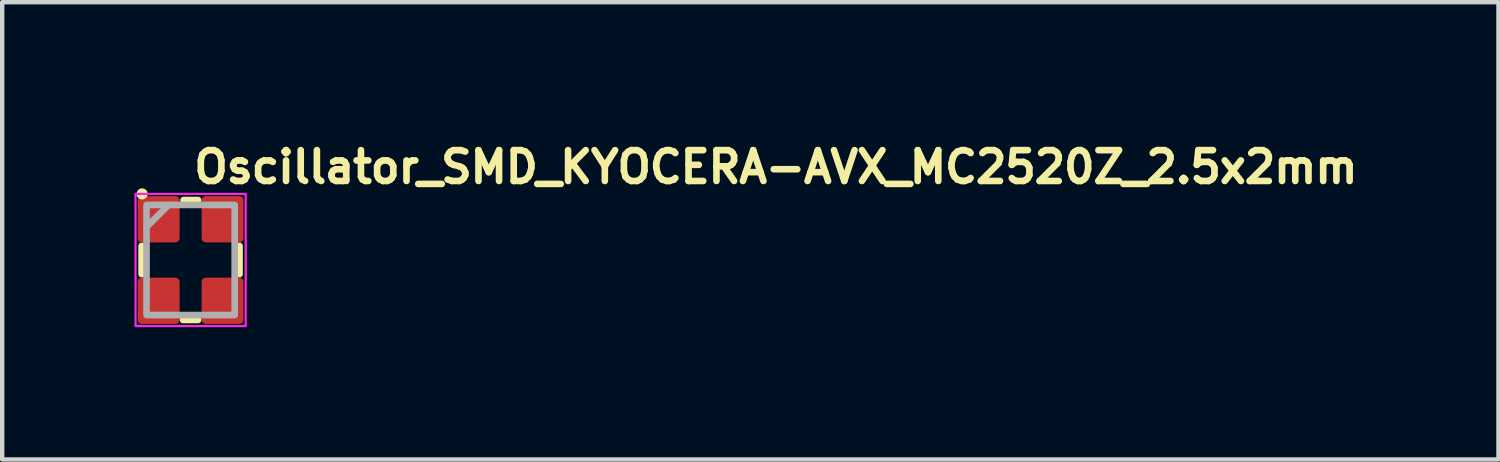
<source format=kicad_pcb>
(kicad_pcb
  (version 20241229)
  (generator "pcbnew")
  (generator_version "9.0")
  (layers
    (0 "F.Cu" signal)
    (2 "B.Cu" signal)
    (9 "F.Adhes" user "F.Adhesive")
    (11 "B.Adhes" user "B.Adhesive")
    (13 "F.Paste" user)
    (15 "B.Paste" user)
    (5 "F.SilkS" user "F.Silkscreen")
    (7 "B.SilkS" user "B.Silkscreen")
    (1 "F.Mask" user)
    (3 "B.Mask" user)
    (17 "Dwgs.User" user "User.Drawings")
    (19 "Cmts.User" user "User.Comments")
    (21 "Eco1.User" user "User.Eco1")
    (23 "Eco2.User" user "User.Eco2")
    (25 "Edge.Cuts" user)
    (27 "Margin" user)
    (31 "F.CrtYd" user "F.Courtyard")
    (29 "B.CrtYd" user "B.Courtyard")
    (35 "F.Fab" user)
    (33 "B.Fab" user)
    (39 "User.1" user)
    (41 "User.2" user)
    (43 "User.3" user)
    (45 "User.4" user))
  (footprint "Oscillator_SMD_KYOCERA-AVX_MC2520Z_2.5x2mm"
    (layer "F.Cu")
    (at 1.275 2.85)
    (property "Reference" "Oscillator_SMD_KYOCERA-AVX_MC2520Z_2.5x2mm" (at 0 -1.7 0) (layer "F.SilkS") (effects (font (size 0.7 0.7) (thickness 0.15)) (justify left bottom)))
    (attr smd)
    (fp_line (start -1.111 0.32) (end -1.111 -0.32) (stroke (width 0.15) (type solid)) (layer "F.SilkS"))
    (fp_line (start -0.172 1.36) (end 0.17 1.36) (stroke (width 0.15) (type solid)) (layer "F.SilkS"))
    (fp_line (start -0.16 -1.361) (end 0.17 -1.361) (stroke (width 0.15) (type solid)) (layer "F.SilkS"))
    (fp_line (start 1.11 0.32) (end 1.11 -0.32) (stroke (width 0.15) (type solid)) (layer "F.SilkS"))
    (fp_circle (center -1.1 -1.5) (end -1.049 -1.5) (stroke (width 0.15) (type solid)) (fill yes) (layer "F.SilkS"))
    (fp_rect (start -1.25 -1.5) (end 1.25 1.5) (stroke (width 0.05) (type solid)) (fill no) (layer "F.CrtYd"))
    (fp_line (start -1 -0.75) (end -0.5 -1.25) (stroke (width 0.15) (type solid)) (layer "F.Fab"))
    (fp_rect (start 1 1.249) (end -1 -1.25) (stroke (width 0.15) (type solid)) (fill no) (layer "F.Fab"))
    (fp_rect (start -1 -1.25) (end 0.998 1.249) (stroke (width 0.1) (type solid)) (fill no) (layer "User.5"))
    (fp_line (start -1 -1.151) (end -1 -0.202) (stroke (width 0.02) (type solid)) (layer "User.9"))
    (fp_line (start -1 -1.151) (end -0.996 -1.151) (stroke (width 0.02) (type solid)) (layer "User.9"))
    (fp_line (start -1 0.2) (end -1 1.148) (stroke (width 0.02) (type solid)) (layer "User.9"))
    (fp_line (start -1 0.2) (end -0.951 0.2) (stroke (width 0.02) (type solid)) (layer "User.9"))
    (fp_line (start -0.996 -1.151) (end -0.991 -1.151) (stroke (width 0.02) (type solid)) (layer "User.9"))
    (fp_line (start -0.996 1.15) (end -1 1.148) (stroke (width 0.02) (type solid)) (layer "User.9"))
    (fp_line (start -0.991 -1.151) (end -0.986 -1.153) (stroke (width 0.02) (type solid)) (layer "User.9"))
    (fp_line (start -0.991 1.15) (end -0.996 1.15) (stroke (width 0.02) (type solid)) (layer "User.9"))
    (fp_line (start -0.986 -1.153) (end -0.981 -1.153) (stroke (width 0.02) (type solid)) (layer "User.9"))
    (fp_line (start -0.986 1.15) (end -0.991 1.15) (stroke (width 0.02) (type solid)) (layer "User.9"))
    (fp_line (start -0.981 -1.153) (end -0.976 -1.154) (stroke (width 0.02) (type solid)) (layer "User.9"))
    (fp_line (start -0.981 1.15) (end -0.986 1.15) (stroke (width 0.02) (type solid)) (layer "User.9"))
    (fp_line (start -0.976 -1.154) (end -0.971 -1.156) (stroke (width 0.02) (type solid)) (layer "User.9"))
    (fp_line (start -0.976 1.153) (end -0.981 1.15) (stroke (width 0.02) (type solid)) (layer "User.9"))
    (fp_line (start -0.971 -1.156) (end -0.967 -1.156) (stroke (width 0.02) (type solid)) (layer "User.9"))
    (fp_line (start -0.971 1.153) (end -0.976 1.153) (stroke (width 0.02) (type solid)) (layer "User.9"))
    (fp_line (start -0.967 -1.156) (end -0.962 -1.158) (stroke (width 0.02) (type solid)) (layer "User.9"))
    (fp_line (start -0.967 1.155) (end -0.971 1.153) (stroke (width 0.02) (type solid)) (layer "User.9"))
    (fp_line (start -0.962 -1.158) (end -0.959 -1.16) (stroke (width 0.02) (type solid)) (layer "User.9"))
    (fp_line (start -0.962 1.157) (end -0.967 1.155) (stroke (width 0.02) (type solid)) (layer "User.9"))
    (fp_line (start -0.959 -1.16) (end -0.954 -1.162) (stroke (width 0.02) (type solid)) (layer "User.9"))
    (fp_line (start -0.959 1.159) (end -0.962 1.157) (stroke (width 0.02) (type solid)) (layer "User.9"))
    (fp_line (start -0.954 -1.162) (end -0.95 -1.166) (stroke (width 0.02) (type solid)) (layer "User.9"))
    (fp_line (start -0.954 1.161) (end -0.959 1.159) (stroke (width 0.02) (type solid)) (layer "User.9"))
    (fp_line (start -0.951 -1.065) (end -0.95 -1.073) (stroke (width 0.02) (type solid)) (layer "User.9"))
    (fp_line (start -0.951 -1.059) (end -0.951 -1.065) (stroke (width 0.02) (type solid)) (layer "User.9"))
    (fp_line (start -0.951 -1.051) (end -0.951 -1.059) (stroke (width 0.02) (type solid)) (layer "User.9"))
    (fp_line (start -0.951 -0.202) (end -1 -0.202) (stroke (width 0.02) (type solid)) (layer "User.9"))
    (fp_line (start -0.951 1.05) (end -0.951 -1.051) (stroke (width 0.02) (type solid)) (layer "User.9"))
    (fp_line (start -0.951 1.056) (end -0.951 1.05) (stroke (width 0.02) (type solid)) (layer "User.9"))
    (fp_line (start -0.951 1.064) (end -0.951 1.056) (stroke (width 0.02) (type solid)) (layer "User.9"))
    (fp_line (start -0.95 -1.166) (end -0.946 -1.168) (stroke (width 0.02) (type solid)) (layer "User.9"))
    (fp_line (start -0.95 -1.073) (end -0.949 -1.081) (stroke (width 0.02) (type solid)) (layer "User.9"))
    (fp_line (start -0.95 1.072) (end -0.951 1.064) (stroke (width 0.02) (type solid)) (layer "User.9"))
    (fp_line (start -0.95 1.163) (end -0.954 1.161) (stroke (width 0.02) (type solid)) (layer "User.9"))
    (fp_line (start -0.949 -1.081) (end -0.947 -1.087) (stroke (width 0.02) (type solid)) (layer "User.9"))
    (fp_line (start -0.949 1.078) (end -0.95 1.072) (stroke (width 0.02) (type solid)) (layer "User.9"))
    (fp_line (start -0.947 -1.087) (end -0.945 -1.095) (stroke (width 0.02) (type solid)) (layer "User.9"))
    (fp_line (start -0.947 1.086) (end -0.949 1.078) (stroke (width 0.02) (type solid)) (layer "User.9"))
    (fp_line (start -0.946 -1.168) (end -0.942 -1.17) (stroke (width 0.02) (type solid)) (layer "User.9"))
    (fp_line (start -0.946 1.165) (end -0.95 1.163) (stroke (width 0.02) (type solid)) (layer "User.9"))
    (fp_line (start -0.945 -1.095) (end -0.943 -1.101) (stroke (width 0.02) (type solid)) (layer "User.9"))
    (fp_line (start -0.945 1.092) (end -0.947 1.086) (stroke (width 0.02) (type solid)) (layer "User.9"))
    (fp_line (start -0.943 -1.101) (end -0.94 -1.109) (stroke (width 0.02) (type solid)) (layer "User.9"))
    (fp_line (start -0.943 1.1) (end -0.945 1.092) (stroke (width 0.02) (type solid)) (layer "User.9"))
    (fp_line (start -0.942 -1.17) (end -0.938 -1.174) (stroke (width 0.02) (type solid)) (layer "User.9"))
    (fp_line (start -0.942 1.169) (end -0.946 1.165) (stroke (width 0.02) (type solid)) (layer "User.9"))
    (fp_line (start -0.94 -1.109) (end -0.937 -1.115) (stroke (width 0.02) (type solid)) (layer "User.9"))
    (fp_line (start -0.94 1.106) (end -0.943 1.1) (stroke (width 0.02) (type solid)) (layer "User.9"))
    (fp_line (start -0.938 -1.174) (end -0.934 -1.176) (stroke (width 0.02) (type solid)) (layer "User.9"))
    (fp_line (start -0.938 1.171) (end -0.942 1.169) (stroke (width 0.02) (type solid)) (layer "User.9"))
    (fp_line (start -0.937 -1.115) (end -0.934 -1.121) (stroke (width 0.02) (type solid)) (layer "User.9"))
    (fp_line (start -0.937 1.114) (end -0.94 1.106) (stroke (width 0.02) (type solid)) (layer "User.9"))
    (fp_line (start -0.934 -1.176) (end -0.931 -1.18) (stroke (width 0.02) (type solid)) (layer "User.9"))
    (fp_line (start -0.934 -1.121) (end -0.93 -1.129) (stroke (width 0.02) (type solid)) (layer "User.9"))
    (fp_line (start -0.934 1.12) (end -0.937 1.114) (stroke (width 0.02) (type solid)) (layer "User.9"))
    (fp_line (start -0.934 1.175) (end -0.938 1.171) (stroke (width 0.02) (type solid)) (layer "User.9"))
    (fp_line (start -0.931 -1.18) (end -0.931 -1.18) (stroke (width 0.02) (type solid)) (layer "User.9"))
    (fp_line (start -0.931 -1.18) (end -0.927 -1.184) (stroke (width 0.02) (type solid)) (layer "User.9"))
    (fp_line (start -0.931 1.179) (end -0.934 1.175) (stroke (width 0.02) (type solid)) (layer "User.9"))
    (fp_line (start -0.931 1.179) (end -0.931 1.179) (stroke (width 0.02) (type solid)) (layer "User.9"))
    (fp_line (start -0.93 -1.129) (end -0.926 -1.135) (stroke (width 0.02) (type solid)) (layer "User.9"))
    (fp_line (start -0.93 1.126) (end -0.934 1.12) (stroke (width 0.02) (type solid)) (layer "User.9"))
    (fp_line (start -0.927 -1.184) (end -0.924 -1.188) (stroke (width 0.02) (type solid)) (layer "User.9"))
    (fp_line (start -0.927 1.181) (end -0.931 1.179) (stroke (width 0.02) (type solid)) (layer "User.9"))
    (fp_line (start -0.926 -1.135) (end -0.922 -1.141) (stroke (width 0.02) (type solid)) (layer "User.9"))
    (fp_line (start -0.926 1.132) (end -0.93 1.126) (stroke (width 0.02) (type solid)) (layer "User.9"))
    (fp_line (start -0.924 -1.188) (end -0.921 -1.192) (stroke (width 0.02) (type solid)) (layer "User.9"))
    (fp_line (start -0.924 1.185) (end -0.927 1.181) (stroke (width 0.02) (type solid)) (layer "User.9"))
    (fp_line (start -0.922 -1.141) (end -0.918 -1.147) (stroke (width 0.02) (type solid)) (layer "User.9"))
    (fp_line (start -0.922 1.138) (end -0.926 1.132) (stroke (width 0.02) (type solid)) (layer "User.9"))
    (fp_line (start -0.921 -1.192) (end -0.918 -1.196) (stroke (width 0.02) (type solid)) (layer "User.9"))
    (fp_line (start -0.921 1.189) (end -0.924 1.185) (stroke (width 0.02) (type solid)) (layer "User.9"))
    (fp_line (start -0.918 -1.196) (end -0.916 -1.2) (stroke (width 0.02) (type solid)) (layer "User.9"))
    (fp_line (start -0.918 -1.147) (end -0.913 -1.151) (stroke (width 0.02) (type solid)) (layer "User.9"))
    (fp_line (start -0.918 1.144) (end -0.922 1.138) (stroke (width 0.02) (type solid)) (layer "User.9"))
    (fp_line (start -0.918 1.193) (end -0.921 1.189) (stroke (width 0.02) (type solid)) (layer "User.9"))
    (fp_line (start -0.916 -1.2) (end -0.913 -1.204) (stroke (width 0.02) (type solid)) (layer "User.9"))
    (fp_line (start -0.916 1.197) (end -0.918 1.193) (stroke (width 0.02) (type solid)) (layer "User.9"))
    (fp_line (start -0.913 -1.204) (end -0.911 -1.208) (stroke (width 0.02) (type solid)) (layer "User.9"))
    (fp_line (start -0.913 -1.151) (end -0.908 -1.158) (stroke (width 0.02) (type solid)) (layer "User.9"))
    (fp_line (start -0.913 1.15) (end -0.918 1.144) (stroke (width 0.02) (type solid)) (layer "User.9"))
    (fp_line (start -0.913 1.201) (end -0.916 1.197) (stroke (width 0.02) (type solid)) (layer "User.9"))
    (fp_line (start -0.911 -1.208) (end -0.909 -1.212) (stroke (width 0.02) (type solid)) (layer "User.9"))
    (fp_line (start -0.911 1.207) (end -0.913 1.201) (stroke (width 0.02) (type solid)) (layer "User.9"))
    (fp_line (start -0.909 -1.212) (end -0.907 -1.218) (stroke (width 0.02) (type solid)) (layer "User.9"))
    (fp_line (start -0.909 1.211) (end -0.911 1.207) (stroke (width 0.02) (type solid)) (layer "User.9"))
    (fp_line (start -0.908 -1.158) (end -0.908 -1.158) (stroke (width 0.02) (type solid)) (layer "User.9"))
    (fp_line (start -0.908 -1.158) (end -0.902 -1.162) (stroke (width 0.02) (type solid)) (layer "User.9"))
    (fp_line (start -0.908 1.155) (end -0.913 1.15) (stroke (width 0.02) (type solid)) (layer "User.9"))
    (fp_line (start -0.908 1.155) (end -0.908 1.155) (stroke (width 0.02) (type solid)) (layer "User.9"))
    (fp_line (start -0.907 -1.218) (end -0.906 -1.222) (stroke (width 0.02) (type solid)) (layer "User.9"))
    (fp_line (start -0.907 1.215) (end -0.909 1.211) (stroke (width 0.02) (type solid)) (layer "User.9"))
    (fp_line (start -0.906 -1.222) (end -0.905 -1.226) (stroke (width 0.02) (type solid)) (layer "User.9"))
    (fp_line (start -0.906 1.219) (end -0.907 1.215) (stroke (width 0.02) (type solid)) (layer "User.9"))
    (fp_line (start -0.905 -1.226) (end -0.903 -1.232) (stroke (width 0.02) (type solid)) (layer "User.9"))
    (fp_line (start -0.905 1.225) (end -0.906 1.219) (stroke (width 0.02) (type solid)) (layer "User.9"))
    (fp_line (start -0.903 -1.236) (end -0.902 -1.242) (stroke (width 0.02) (type solid)) (layer "User.9"))
    (fp_line (start -0.903 -1.232) (end -0.903 -1.236) (stroke (width 0.02) (type solid)) (layer "User.9"))
    (fp_line (start -0.903 1.229) (end -0.905 1.225) (stroke (width 0.02) (type solid)) (layer "User.9"))
    (fp_line (start -0.903 1.235) (end -0.903 1.229) (stroke (width 0.02) (type solid)) (layer "User.9"))
    (fp_line (start -0.902 -1.246) (end -0.902 -1.25) (stroke (width 0.02) (type solid)) (layer "User.9"))
    (fp_line (start -0.902 -1.242) (end -0.902 -1.246) (stroke (width 0.02) (type solid)) (layer "User.9"))
    (fp_line (start -0.902 -1.162) (end -0.896 -1.168) (stroke (width 0.02) (type solid)) (layer "User.9"))
    (fp_line (start -0.902 -1.051) (end -0.902 1.05) (stroke (width 0.02) (type solid)) (layer "User.9"))
    (fp_line (start -0.902 1.05) (end -0.901 1.054) (stroke (width 0.02) (type solid)) (layer "User.9"))
    (fp_line (start -0.902 1.161) (end -0.908 1.155) (stroke (width 0.02) (type solid)) (layer "User.9"))
    (fp_line (start -0.902 1.239) (end -0.903 1.235) (stroke (width 0.02) (type solid)) (layer "User.9"))
    (fp_line (start -0.902 1.245) (end -0.902 1.239) (stroke (width 0.02) (type solid)) (layer "User.9"))
    (fp_line (start -0.902 1.249) (end -0.902 1.245) (stroke (width 0.02) (type solid)) (layer "User.9"))
    (fp_line (start -0.902 1.249) (end 0.9 1.249) (stroke (width 0.02) (type solid)) (layer "User.9"))
    (fp_line (start -0.901 -1.061) (end -0.901 -1.057) (stroke (width 0.02) (type solid)) (layer "User.9"))
    (fp_line (start -0.901 -1.057) (end -0.902 -1.051) (stroke (width 0.02) (type solid)) (layer "User.9"))
    (fp_line (start -0.901 1.054) (end -0.901 1.06) (stroke (width 0.02) (type solid)) (layer "User.9"))
    (fp_line (start -0.901 1.06) (end -0.9 1.064) (stroke (width 0.02) (type solid)) (layer "User.9"))
    (fp_line (start -0.9 -1.067) (end -0.901 -1.061) (stroke (width 0.02) (type solid)) (layer "User.9"))
    (fp_line (start -0.9 1.064) (end -0.899 1.07) (stroke (width 0.02) (type solid)) (layer "User.9"))
    (fp_line (start -0.899 -1.071) (end -0.9 -1.067) (stroke (width 0.02) (type solid)) (layer "User.9"))
    (fp_line (start -0.899 1.07) (end -0.898 1.074) (stroke (width 0.02) (type solid)) (layer "User.9"))
    (fp_line (start -0.898 -1.075) (end -0.899 -1.071) (stroke (width 0.02) (type solid)) (layer "User.9"))
    (fp_line (start -0.898 1.074) (end -0.896 1.078) (stroke (width 0.02) (type solid)) (layer "User.9"))
    (fp_line (start -0.896 -1.168) (end -0.89 -1.172) (stroke (width 0.02) (type solid)) (layer "User.9"))
    (fp_line (start -0.896 -1.081) (end -0.898 -1.075) (stroke (width 0.02) (type solid)) (layer "User.9"))
    (fp_line (start -0.896 1.078) (end -0.894 1.084) (stroke (width 0.02) (type solid)) (layer "User.9"))
    (fp_line (start -0.896 1.165) (end -0.902 1.161) (stroke (width 0.02) (type solid)) (layer "User.9"))
    (fp_line (start -0.894 -1.085) (end -0.896 -1.081) (stroke (width 0.02) (type solid)) (layer "User.9"))
    (fp_line (start -0.894 1.084) (end -0.893 1.088) (stroke (width 0.02) (type solid)) (layer "User.9"))
    (fp_line (start -0.893 -1.089) (end -0.894 -1.085) (stroke (width 0.02) (type solid)) (layer "User.9"))
    (fp_line (start -0.893 1.088) (end -0.891 1.092) (stroke (width 0.02) (type solid)) (layer "User.9"))
    (fp_line (start -0.891 -1.095) (end -0.893 -1.089) (stroke (width 0.02) (type solid)) (layer "User.9"))
    (fp_line (start -0.891 1.092) (end -0.888 1.096) (stroke (width 0.02) (type solid)) (layer "User.9"))
    (fp_line (start -0.89 -1.172) (end -0.884 -1.176) (stroke (width 0.02) (type solid)) (layer "User.9"))
    (fp_line (start -0.89 1.169) (end -0.896 1.165) (stroke (width 0.02) (type solid)) (layer "User.9"))
    (fp_line (start -0.888 -1.099) (end -0.891 -1.095) (stroke (width 0.02) (type solid)) (layer "User.9"))
    (fp_line (start -0.888 1.096) (end -0.886 1.1) (stroke (width 0.02) (type solid)) (layer "User.9"))
    (fp_line (start -0.886 -1.103) (end -0.888 -1.099) (stroke (width 0.02) (type solid)) (layer "User.9"))
    (fp_line (start -0.886 1.1) (end -0.883 1.104) (stroke (width 0.02) (type solid)) (layer "User.9"))
    (fp_line (start -0.884 -1.176) (end -0.878 -1.18) (stroke (width 0.02) (type solid)) (layer "User.9"))
    (fp_line (start -0.884 1.173) (end -0.89 1.169) (stroke (width 0.02) (type solid)) (layer "User.9"))
    (fp_line (start -0.883 -1.107) (end -0.886 -1.103) (stroke (width 0.02) (type solid)) (layer "User.9"))
    (fp_line (start -0.883 1.104) (end -0.881 1.108) (stroke (width 0.02) (type solid)) (layer "User.9"))
    (fp_line (start -0.881 -1.111) (end -0.883 -1.107) (stroke (width 0.02) (type solid)) (layer "User.9"))
    (fp_line (start -0.881 1.108) (end -0.878 1.112) (stroke (width 0.02) (type solid)) (layer "User.9"))
    (fp_line (start -0.878 -1.18) (end -0.871 -1.184) (stroke (width 0.02) (type solid)) (layer "User.9"))
    (fp_line (start -0.878 -1.115) (end -0.881 -1.111) (stroke (width 0.02) (type solid)) (layer "User.9"))
    (fp_line (start -0.878 1.112) (end -0.875 1.116) (stroke (width 0.02) (type solid)) (layer "User.9"))
    (fp_line (start -0.878 1.177) (end -0.884 1.173) (stroke (width 0.02) (type solid)) (layer "User.9"))
    (fp_line (start -0.875 -1.119) (end -0.878 -1.115) (stroke (width 0.02) (type solid)) (layer "User.9"))
    (fp_line (start -0.875 1.116) (end -0.871 1.12) (stroke (width 0.02) (type solid)) (layer "User.9"))
    (fp_line (start -0.871 -1.184) (end -0.865 -1.186) (stroke (width 0.02) (type solid)) (layer "User.9"))
    (fp_line (start -0.871 -1.121) (end -0.875 -1.119) (stroke (width 0.02) (type solid)) (layer "User.9"))
    (fp_line (start -0.871 1.12) (end -0.868 1.124) (stroke (width 0.02) (type solid)) (layer "User.9"))
    (fp_line (start -0.871 1.181) (end -0.878 1.177) (stroke (width 0.02) (type solid)) (layer "User.9"))
    (fp_line (start -0.868 -1.125) (end -0.871 -1.121) (stroke (width 0.02) (type solid)) (layer "User.9"))
    (fp_line (start -0.868 1.124) (end -0.864 1.126) (stroke (width 0.02) (type solid)) (layer "User.9"))
    (fp_line (start -0.865 -1.186) (end -0.858 -1.19) (stroke (width 0.02) (type solid)) (layer "User.9"))
    (fp_line (start -0.865 1.185) (end -0.871 1.181) (stroke (width 0.02) (type solid)) (layer "User.9"))
    (fp_line (start -0.864 -1.129) (end -0.868 -1.125) (stroke (width 0.02) (type solid)) (layer "User.9"))
    (fp_line (start -0.864 1.126) (end -0.86 1.13) (stroke (width 0.02) (type solid)) (layer "User.9"))
    (fp_line (start -0.86 -1.131) (end -0.864 -1.129) (stroke (width 0.02) (type solid)) (layer "User.9"))
    (fp_line (start -0.86 1.13) (end -0.856 1.132) (stroke (width 0.02) (type solid)) (layer "User.9"))
    (fp_line (start -0.858 -1.19) (end -0.851 -1.192) (stroke (width 0.02) (type solid)) (layer "User.9"))
    (fp_line (start -0.858 1.187) (end -0.865 1.185) (stroke (width 0.02) (type solid)) (layer "User.9"))
    (fp_line (start -0.856 -1.133) (end -0.86 -1.131) (stroke (width 0.02) (type solid)) (layer "User.9"))
    (fp_line (start -0.856 1.132) (end -0.852 1.134) (stroke (width 0.02) (type solid)) (layer "User.9"))
    (fp_line (start -0.852 -1.137) (end -0.856 -1.133) (stroke (width 0.02) (type solid)) (layer "User.9"))
    (fp_line (start -0.852 1.134) (end -0.848 1.136) (stroke (width 0.02) (type solid)) (layer "User.9"))
    (fp_line (start -0.851 -1.192) (end -0.844 -1.194) (stroke (width 0.02) (type solid)) (layer "User.9"))
    (fp_line (start -0.851 1.191) (end -0.858 1.187) (stroke (width 0.02) (type solid)) (layer "User.9"))
    (fp_line (start -0.848 -1.139) (end -0.852 -1.137) (stroke (width 0.02) (type solid)) (layer "User.9"))
    (fp_line (start -0.848 1.136) (end -0.844 1.14) (stroke (width 0.02) (type solid)) (layer "User.9"))
    (fp_line (start -0.844 -1.194) (end -0.837 -1.196) (stroke (width 0.02) (type solid)) (layer "User.9"))
    (fp_line (start -0.844 -1.141) (end -0.848 -1.139) (stroke (width 0.02) (type solid)) (layer "User.9"))
    (fp_line (start -0.844 1.14) (end -0.839 1.142) (stroke (width 0.02) (type solid)) (layer "User.9"))
    (fp_line (start -0.844 1.193) (end -0.851 1.191) (stroke (width 0.02) (type solid)) (layer "User.9"))
    (fp_line (start -0.839 -1.143) (end -0.844 -1.141) (stroke (width 0.02) (type solid)) (layer "User.9"))
    (fp_line (start -0.839 1.142) (end -0.835 1.142) (stroke (width 0.02) (type solid)) (layer "User.9"))
    (fp_line (start -0.837 -1.196) (end -0.831 -1.198) (stroke (width 0.02) (type solid)) (layer "User.9"))
    (fp_line (start -0.837 1.195) (end -0.844 1.193) (stroke (width 0.02) (type solid)) (layer "User.9"))
    (fp_line (start -0.835 -1.145) (end -0.839 -1.143) (stroke (width 0.02) (type solid)) (layer "User.9"))
    (fp_line (start -0.835 1.142) (end -0.831 1.144) (stroke (width 0.02) (type solid)) (layer "User.9"))
    (fp_line (start -0.831 -1.198) (end -0.824 -1.2) (stroke (width 0.02) (type solid)) (layer "User.9"))
    (fp_line (start -0.831 -1.147) (end -0.835 -1.145) (stroke (width 0.02) (type solid)) (layer "User.9"))
    (fp_line (start -0.831 1.144) (end -0.826 1.146) (stroke (width 0.02) (type solid)) (layer "User.9"))
    (fp_line (start -0.831 1.197) (end -0.837 1.195) (stroke (width 0.02) (type solid)) (layer "User.9"))
    (fp_line (start -0.826 -1.147) (end -0.831 -1.147) (stroke (width 0.02) (type solid)) (layer "User.9"))
    (fp_line (start -0.826 1.146) (end -0.822 1.146) (stroke (width 0.02) (type solid)) (layer "User.9"))
    (fp_line (start -0.824 -1.2) (end -0.816 -1.2) (stroke (width 0.02) (type solid)) (layer "User.9"))
    (fp_line (start -0.824 1.197) (end -0.831 1.197) (stroke (width 0.02) (type solid)) (layer "User.9"))
    (fp_line (start -0.822 -1.149) (end -0.826 -1.147) (stroke (width 0.02) (type solid)) (layer "User.9"))
    (fp_line (start -0.822 1.146) (end -0.817 1.148) (stroke (width 0.02) (type solid)) (layer "User.9"))
    (fp_line (start -0.817 -1.149) (end -0.822 -1.149) (stroke (width 0.02) (type solid)) (layer "User.9"))
    (fp_line (start -0.817 1.148) (end -0.812 1.148) (stroke (width 0.02) (type solid)) (layer "User.9"))
    (fp_line (start -0.816 -1.2) (end -0.809 -1.2) (stroke (width 0.02) (type solid)) (layer "User.9"))
    (fp_line (start -0.816 1.199) (end -0.824 1.197) (stroke (width 0.02) (type solid)) (layer "User.9"))
    (fp_line (start -0.812 -1.151) (end -0.817 -1.149) (stroke (width 0.02) (type solid)) (layer "User.9"))
    (fp_line (start -0.812 1.148) (end -0.807 1.148) (stroke (width 0.02) (type solid)) (layer "User.9"))
    (fp_line (start -0.809 -1.2) (end -0.802 -1.2) (stroke (width 0.02) (type solid)) (layer "User.9"))
    (fp_line (start -0.809 1.199) (end -0.816 1.199) (stroke (width 0.02) (type solid)) (layer "User.9"))
    (fp_line (start -0.807 -1.151) (end -0.812 -1.151) (stroke (width 0.02) (type solid)) (layer "User.9"))
    (fp_line (start -0.807 1.148) (end -0.802 1.148) (stroke (width 0.02) (type solid)) (layer "User.9"))
    (fp_line (start -0.802 -1.2) (end 0.8 -1.2) (stroke (width 0.02) (type solid)) (layer "User.9"))
    (fp_line (start -0.802 -1.151) (end -0.807 -1.151) (stroke (width 0.02) (type solid)) (layer "User.9"))
    (fp_line (start -0.802 1.148) (end 0.8 1.148) (stroke (width 0.02) (type solid)) (layer "User.9"))
    (fp_line (start -0.802 1.199) (end -0.809 1.199) (stroke (width 0.02) (type solid)) (layer "User.9"))
    (fp_line (start 0.8 -1.2) (end 0.807 -1.2) (stroke (width 0.02) (type solid)) (layer "User.9"))
    (fp_line (start 0.8 -1.151) (end -0.802 -1.151) (stroke (width 0.02) (type solid)) (layer "User.9"))
    (fp_line (start 0.8 1.148) (end 0.805 1.148) (stroke (width 0.02) (type solid)) (layer "User.9"))
    (fp_line (start 0.8 1.199) (end -0.802 1.199) (stroke (width 0.02) (type solid)) (layer "User.9"))
    (fp_line (start 0.805 -1.151) (end 0.8 -1.151) (stroke (width 0.02) (type solid)) (layer "User.9"))
    (fp_line (start 0.805 1.148) (end 0.81 1.148) (stroke (width 0.02) (type solid)) (layer "User.9"))
    (fp_line (start 0.807 -1.2) (end 0.814 -1.2) (stroke (width 0.02) (type solid)) (layer "User.9"))
    (fp_line (start 0.807 1.199) (end 0.8 1.199) (stroke (width 0.02) (type solid)) (layer "User.9"))
    (fp_line (start 0.81 -1.151) (end 0.805 -1.151) (stroke (width 0.02) (type solid)) (layer "User.9"))
    (fp_line (start 0.81 1.148) (end 0.815 1.148) (stroke (width 0.02) (type solid)) (layer "User.9"))
    (fp_line (start 0.814 -1.2) (end 0.822 -1.2) (stroke (width 0.02) (type solid)) (layer "User.9"))
    (fp_line (start 0.814 1.199) (end 0.807 1.199) (stroke (width 0.02) (type solid)) (layer "User.9"))
    (fp_line (start 0.815 -1.149) (end 0.81 -1.151) (stroke (width 0.02) (type solid)) (layer "User.9"))
    (fp_line (start 0.815 1.148) (end 0.82 1.146) (stroke (width 0.02) (type solid)) (layer "User.9"))
    (fp_line (start 0.82 -1.149) (end 0.815 -1.149) (stroke (width 0.02) (type solid)) (layer "User.9"))
    (fp_line (start 0.82 1.146) (end 0.824 1.146) (stroke (width 0.02) (type solid)) (layer "User.9"))
    (fp_line (start 0.822 -1.2) (end 0.829 -1.198) (stroke (width 0.02) (type solid)) (layer "User.9"))
    (fp_line (start 0.822 1.197) (end 0.814 1.199) (stroke (width 0.02) (type solid)) (layer "User.9"))
    (fp_line (start 0.824 -1.147) (end 0.82 -1.149) (stroke (width 0.02) (type solid)) (layer "User.9"))
    (fp_line (start 0.824 1.146) (end 0.829 1.144) (stroke (width 0.02) (type solid)) (layer "User.9"))
    (fp_line (start 0.829 -1.198) (end 0.835 -1.196) (stroke (width 0.02) (type solid)) (layer "User.9"))
    (fp_line (start 0.829 -1.147) (end 0.824 -1.147) (stroke (width 0.02) (type solid)) (layer "User.9"))
    (fp_line (start 0.829 1.144) (end 0.833 1.142) (stroke (width 0.02) (type solid)) (layer "User.9"))
    (fp_line (start 0.829 1.197) (end 0.822 1.197) (stroke (width 0.02) (type solid)) (layer "User.9"))
    (fp_line (start 0.833 -1.145) (end 0.829 -1.147) (stroke (width 0.02) (type solid)) (layer "User.9"))
    (fp_line (start 0.833 1.142) (end 0.837 1.142) (stroke (width 0.02) (type solid)) (layer "User.9"))
    (fp_line (start 0.835 -1.196) (end 0.842 -1.194) (stroke (width 0.02) (type solid)) (layer "User.9"))
    (fp_line (start 0.835 1.195) (end 0.829 1.197) (stroke (width 0.02) (type solid)) (layer "User.9"))
    (fp_line (start 0.837 -1.143) (end 0.833 -1.145) (stroke (width 0.02) (type solid)) (layer "User.9"))
    (fp_line (start 0.837 1.142) (end 0.842 1.14) (stroke (width 0.02) (type solid)) (layer "User.9"))
    (fp_line (start 0.842 -1.194) (end 0.849 -1.192) (stroke (width 0.02) (type solid)) (layer "User.9"))
    (fp_line (start 0.842 -1.141) (end 0.837 -1.143) (stroke (width 0.02) (type solid)) (layer "User.9"))
    (fp_line (start 0.842 1.14) (end 0.846 1.136) (stroke (width 0.02) (type solid)) (layer "User.9"))
    (fp_line (start 0.842 1.193) (end 0.835 1.195) (stroke (width 0.02) (type solid)) (layer "User.9"))
    (fp_line (start 0.846 -1.139) (end 0.842 -1.141) (stroke (width 0.02) (type solid)) (layer "User.9"))
    (fp_line (start 0.846 1.136) (end 0.85 1.134) (stroke (width 0.02) (type solid)) (layer "User.9"))
    (fp_line (start 0.849 -1.192) (end 0.856 -1.19) (stroke (width 0.02) (type solid)) (layer "User.9"))
    (fp_line (start 0.849 1.191) (end 0.842 1.193) (stroke (width 0.02) (type solid)) (layer "User.9"))
    (fp_line (start 0.85 -1.137) (end 0.846 -1.139) (stroke (width 0.02) (type solid)) (layer "User.9"))
    (fp_line (start 0.85 1.134) (end 0.854 1.132) (stroke (width 0.02) (type solid)) (layer "User.9"))
    (fp_line (start 0.854 -1.133) (end 0.85 -1.137) (stroke (width 0.02) (type solid)) (layer "User.9"))
    (fp_line (start 0.854 1.132) (end 0.858 1.13) (stroke (width 0.02) (type solid)) (layer "User.9"))
    (fp_line (start 0.856 -1.19) (end 0.863 -1.186) (stroke (width 0.02) (type solid)) (layer "User.9"))
    (fp_line (start 0.856 1.187) (end 0.849 1.191) (stroke (width 0.02) (type solid)) (layer "User.9"))
    (fp_line (start 0.858 -1.131) (end 0.854 -1.133) (stroke (width 0.02) (type solid)) (layer "User.9"))
    (fp_line (start 0.858 1.13) (end 0.862 1.126) (stroke (width 0.02) (type solid)) (layer "User.9"))
    (fp_line (start 0.862 -1.129) (end 0.858 -1.131) (stroke (width 0.02) (type solid)) (layer "User.9"))
    (fp_line (start 0.862 1.126) (end 0.866 1.124) (stroke (width 0.02) (type solid)) (layer "User.9"))
    (fp_line (start 0.863 -1.186) (end 0.869 -1.184) (stroke (width 0.02) (type solid)) (layer "User.9"))
    (fp_line (start 0.863 1.185) (end 0.856 1.187) (stroke (width 0.02) (type solid)) (layer "User.9"))
    (fp_line (start 0.866 -1.125) (end 0.862 -1.129) (stroke (width 0.02) (type solid)) (layer "User.9"))
    (fp_line (start 0.866 1.124) (end 0.869 1.12) (stroke (width 0.02) (type solid)) (layer "User.9"))
    (fp_line (start 0.869 -1.184) (end 0.876 -1.18) (stroke (width 0.02) (type solid)) (layer "User.9"))
    (fp_line (start 0.869 -1.121) (end 0.866 -1.125) (stroke (width 0.02) (type solid)) (layer "User.9"))
    (fp_line (start 0.869 1.12) (end 0.873 1.116) (stroke (width 0.02) (type solid)) (layer "User.9"))
    (fp_line (start 0.869 1.181) (end 0.863 1.185) (stroke (width 0.02) (type solid)) (layer "User.9"))
    (fp_line (start 0.873 -1.119) (end 0.869 -1.121) (stroke (width 0.02) (type solid)) (layer "User.9"))
    (fp_line (start 0.873 1.116) (end 0.876 1.112) (stroke (width 0.02) (type solid)) (layer "User.9"))
    (fp_line (start 0.876 -1.18) (end 0.882 -1.176) (stroke (width 0.02) (type solid)) (layer "User.9"))
    (fp_line (start 0.876 -1.115) (end 0.873 -1.119) (stroke (width 0.02) (type solid)) (layer "User.9"))
    (fp_line (start 0.876 1.112) (end 0.879 1.108) (stroke (width 0.02) (type solid)) (layer "User.9"))
    (fp_line (start 0.876 1.177) (end 0.869 1.181) (stroke (width 0.02) (type solid)) (layer "User.9"))
    (fp_line (start 0.879 -1.111) (end 0.876 -1.115) (stroke (width 0.02) (type solid)) (layer "User.9"))
    (fp_line (start 0.879 1.108) (end 0.881 1.104) (stroke (width 0.02) (type solid)) (layer "User.9"))
    (fp_line (start 0.881 -1.107) (end 0.879 -1.111) (stroke (width 0.02) (type solid)) (layer "User.9"))
    (fp_line (start 0.881 1.104) (end 0.884 1.1) (stroke (width 0.02) (type solid)) (layer "User.9"))
    (fp_line (start 0.882 -1.176) (end 0.888 -1.172) (stroke (width 0.02) (type solid)) (layer "User.9"))
    (fp_line (start 0.882 1.173) (end 0.876 1.177) (stroke (width 0.02) (type solid)) (layer "User.9"))
    (fp_line (start 0.884 -1.103) (end 0.881 -1.107) (stroke (width 0.02) (type solid)) (layer "User.9"))
    (fp_line (start 0.884 1.1) (end 0.886 1.096) (stroke (width 0.02) (type solid)) (layer "User.9"))
    (fp_line (start 0.886 -1.099) (end 0.884 -1.103) (stroke (width 0.02) (type solid)) (layer "User.9"))
    (fp_line (start 0.886 1.096) (end 0.889 1.092) (stroke (width 0.02) (type solid)) (layer "User.9"))
    (fp_line (start 0.888 -1.172) (end 0.894 -1.168) (stroke (width 0.02) (type solid)) (layer "User.9"))
    (fp_line (start 0.888 1.169) (end 0.882 1.173) (stroke (width 0.02) (type solid)) (layer "User.9"))
    (fp_line (start 0.889 -1.095) (end 0.886 -1.099) (stroke (width 0.02) (type solid)) (layer "User.9"))
    (fp_line (start 0.889 1.092) (end 0.891 1.088) (stroke (width 0.02) (type solid)) (layer "User.9"))
    (fp_line (start 0.891 -1.089) (end 0.889 -1.095) (stroke (width 0.02) (type solid)) (layer "User.9"))
    (fp_line (start 0.891 1.088) (end 0.892 1.084) (stroke (width 0.02) (type solid)) (layer "User.9"))
    (fp_line (start 0.892 -1.085) (end 0.891 -1.089) (stroke (width 0.02) (type solid)) (layer "User.9"))
    (fp_line (start 0.892 1.084) (end 0.894 1.078) (stroke (width 0.02) (type solid)) (layer "User.9"))
    (fp_line (start 0.894 -1.168) (end 0.9 -1.162) (stroke (width 0.02) (type solid)) (layer "User.9"))
    (fp_line (start 0.894 -1.081) (end 0.892 -1.085) (stroke (width 0.02) (type solid)) (layer "User.9"))
    (fp_line (start 0.894 1.078) (end 0.896 1.074) (stroke (width 0.02) (type solid)) (layer "User.9"))
    (fp_line (start 0.894 1.165) (end 0.888 1.169) (stroke (width 0.02) (type solid)) (layer "User.9"))
    (fp_line (start 0.896 -1.075) (end 0.894 -1.081) (stroke (width 0.02) (type solid)) (layer "User.9"))
    (fp_line (start 0.896 1.074) (end 0.897 1.07) (stroke (width 0.02) (type solid)) (layer "User.9"))
    (fp_line (start 0.897 -1.071) (end 0.896 -1.075) (stroke (width 0.02) (type solid)) (layer "User.9"))
    (fp_line (start 0.897 1.07) (end 0.898 1.064) (stroke (width 0.02) (type solid)) (layer "User.9"))
    (fp_line (start 0.898 -1.067) (end 0.897 -1.071) (stroke (width 0.02) (type solid)) (layer "User.9"))
    (fp_line (start 0.898 1.064) (end 0.899 1.06) (stroke (width 0.02) (type solid)) (layer "User.9"))
    (fp_line (start 0.899 -1.061) (end 0.898 -1.067) (stroke (width 0.02) (type solid)) (layer "User.9"))
    (fp_line (start 0.899 -1.057) (end 0.899 -1.061) (stroke (width 0.02) (type solid)) (layer "User.9"))
    (fp_line (start 0.899 1.054) (end 0.9 1.05) (stroke (width 0.02) (type solid)) (layer "User.9"))
    (fp_line (start 0.899 1.06) (end 0.899 1.054) (stroke (width 0.02) (type solid)) (layer "User.9"))
    (fp_line (start 0.9 -1.25) (end -0.902 -1.25) (stroke (width 0.02) (type solid)) (layer "User.9"))
    (fp_line (start 0.9 -1.25) (end 0.9 -1.246) (stroke (width 0.02) (type solid)) (layer "User.9"))
    (fp_line (start 0.9 -1.246) (end 0.9 -1.242) (stroke (width 0.02) (type solid)) (layer "User.9"))
    (fp_line (start 0.9 -1.242) (end 0.901 -1.236) (stroke (width 0.02) (type solid)) (layer "User.9"))
    (fp_line (start 0.9 -1.162) (end 0.906 -1.158) (stroke (width 0.02) (type solid)) (layer "User.9"))
    (fp_line (start 0.9 -1.051) (end 0.899 -1.057) (stroke (width 0.02) (type solid)) (layer "User.9"))
    (fp_line (start 0.9 1.05) (end 0.9 -1.051) (stroke (width 0.02) (type solid)) (layer "User.9"))
    (fp_line (start 0.9 1.161) (end 0.894 1.165) (stroke (width 0.02) (type solid)) (layer "User.9"))
    (fp_line (start 0.9 1.239) (end 0.9 1.245) (stroke (width 0.02) (type solid)) (layer "User.9"))
    (fp_line (start 0.9 1.245) (end 0.9 1.249) (stroke (width 0.02) (type solid)) (layer "User.9"))
    (fp_line (start 0.901 -1.236) (end 0.901 -1.232) (stroke (width 0.02) (type solid)) (layer "User.9"))
    (fp_line (start 0.901 -1.232) (end 0.903 -1.226) (stroke (width 0.02) (type solid)) (layer "User.9"))
    (fp_line (start 0.901 1.229) (end 0.901 1.235) (stroke (width 0.02) (type solid)) (layer "User.9"))
    (fp_line (start 0.901 1.235) (end 0.9 1.239) (stroke (width 0.02) (type solid)) (layer "User.9"))
    (fp_line (start 0.903 -1.226) (end 0.904 -1.222) (stroke (width 0.02) (type solid)) (layer "User.9"))
    (fp_line (start 0.903 1.225) (end 0.901 1.229) (stroke (width 0.02) (type solid)) (layer "User.9"))
    (fp_line (start 0.904 -1.222) (end 0.905 -1.218) (stroke (width 0.02) (type solid)) (layer "User.9"))
    (fp_line (start 0.904 1.219) (end 0.903 1.225) (stroke (width 0.02) (type solid)) (layer "User.9"))
    (fp_line (start 0.905 -1.218) (end 0.907 -1.212) (stroke (width 0.02) (type solid)) (layer "User.9"))
    (fp_line (start 0.905 1.215) (end 0.904 1.219) (stroke (width 0.02) (type solid)) (layer "User.9"))
    (fp_line (start 0.906 -1.158) (end 0.906 -1.158) (stroke (width 0.02) (type solid)) (layer "User.9"))
    (fp_line (start 0.906 -1.158) (end 0.911 -1.151) (stroke (width 0.02) (type solid)) (layer "User.9"))
    (fp_line (start 0.906 1.155) (end 0.9 1.161) (stroke (width 0.02) (type solid)) (layer "User.9"))
    (fp_line (start 0.906 1.155) (end 0.906 1.155) (stroke (width 0.02) (type solid)) (layer "User.9"))
    (fp_line (start 0.907 -1.212) (end 0.909 -1.208) (stroke (width 0.02) (type solid)) (layer "User.9"))
    (fp_line (start 0.907 1.211) (end 0.905 1.215) (stroke (width 0.02) (type solid)) (layer "User.9"))
    (fp_line (start 0.909 -1.208) (end 0.911 -1.204) (stroke (width 0.02) (type solid)) (layer "User.9"))
    (fp_line (start 0.909 1.207) (end 0.907 1.211) (stroke (width 0.02) (type solid)) (layer "User.9"))
    (fp_line (start 0.911 -1.204) (end 0.914 -1.2) (stroke (width 0.02) (type solid)) (layer "User.9"))
    (fp_line (start 0.911 -1.151) (end 0.916 -1.147) (stroke (width 0.02) (type solid)) (layer "User.9"))
    (fp_line (start 0.911 1.15) (end 0.906 1.155) (stroke (width 0.02) (type solid)) (layer "User.9"))
    (fp_line (start 0.911 1.201) (end 0.909 1.207) (stroke (width 0.02) (type solid)) (layer "User.9"))
    (fp_line (start 0.914 -1.2) (end 0.916 -1.196) (stroke (width 0.02) (type solid)) (layer "User.9"))
    (fp_line (start 0.914 1.197) (end 0.911 1.201) (stroke (width 0.02) (type solid)) (layer "User.9"))
    (fp_line (start 0.916 -1.196) (end 0.919 -1.192) (stroke (width 0.02) (type solid)) (layer "User.9"))
    (fp_line (start 0.916 -1.147) (end 0.92 -1.141) (stroke (width 0.02) (type solid)) (layer "User.9"))
    (fp_line (start 0.916 1.144) (end 0.911 1.15) (stroke (width 0.02) (type solid)) (layer "User.9"))
    (fp_line (start 0.916 1.193) (end 0.914 1.197) (stroke (width 0.02) (type solid)) (layer "User.9"))
    (fp_line (start 0.919 -1.192) (end 0.922 -1.188) (stroke (width 0.02) (type solid)) (layer "User.9"))
    (fp_line (start 0.919 1.189) (end 0.916 1.193) (stroke (width 0.02) (type solid)) (layer "User.9"))
    (fp_line (start 0.92 -1.141) (end 0.924 -1.135) (stroke (width 0.02) (type solid)) (layer "User.9"))
    (fp_line (start 0.92 1.138) (end 0.916 1.144) (stroke (width 0.02) (type solid)) (layer "User.9"))
    (fp_line (start 0.922 -1.188) (end 0.925 -1.184) (stroke (width 0.02) (type solid)) (layer "User.9"))
    (fp_line (start 0.922 1.185) (end 0.919 1.189) (stroke (width 0.02) (type solid)) (layer "User.9"))
    (fp_line (start 0.924 -1.135) (end 0.928 -1.129) (stroke (width 0.02) (type solid)) (layer "User.9"))
    (fp_line (start 0.924 1.132) (end 0.92 1.138) (stroke (width 0.02) (type solid)) (layer "User.9"))
    (fp_line (start 0.925 -1.184) (end 0.929 -1.18) (stroke (width 0.02) (type solid)) (layer "User.9"))
    (fp_line (start 0.925 1.181) (end 0.922 1.185) (stroke (width 0.02) (type solid)) (layer "User.9"))
    (fp_line (start 0.928 -1.129) (end 0.932 -1.121) (stroke (width 0.02) (type solid)) (layer "User.9"))
    (fp_line (start 0.928 1.126) (end 0.924 1.132) (stroke (width 0.02) (type solid)) (layer "User.9"))
    (fp_line (start 0.929 -1.18) (end 0.929 -1.18) (stroke (width 0.02) (type solid)) (layer "User.9"))
    (fp_line (start 0.929 -1.18) (end 0.932 -1.176) (stroke (width 0.02) (type solid)) (layer "User.9"))
    (fp_line (start 0.929 1.179) (end 0.925 1.181) (stroke (width 0.02) (type solid)) (layer "User.9"))
    (fp_line (start 0.929 1.179) (end 0.929 1.179) (stroke (width 0.02) (type solid)) (layer "User.9"))
    (fp_line (start 0.932 -1.176) (end 0.936 -1.174) (stroke (width 0.02) (type solid)) (layer "User.9"))
    (fp_line (start 0.932 -1.121) (end 0.935 -1.115) (stroke (width 0.02) (type solid)) (layer "User.9"))
    (fp_line (start 0.932 1.12) (end 0.928 1.126) (stroke (width 0.02) (type solid)) (layer "User.9"))
    (fp_line (start 0.932 1.175) (end 0.929 1.179) (stroke (width 0.02) (type solid)) (layer "User.9"))
    (fp_line (start 0.935 -1.115) (end 0.938 -1.109) (stroke (width 0.02) (type solid)) (layer "User.9"))
    (fp_line (start 0.935 1.114) (end 0.932 1.12) (stroke (width 0.02) (type solid)) (layer "User.9"))
    (fp_line (start 0.936 -1.174) (end 0.94 -1.17) (stroke (width 0.02) (type solid)) (layer "User.9"))
    (fp_line (start 0.936 1.171) (end 0.932 1.175) (stroke (width 0.02) (type solid)) (layer "User.9"))
    (fp_line (start 0.938 -1.109) (end 0.941 -1.101) (stroke (width 0.02) (type solid)) (layer "User.9"))
    (fp_line (start 0.938 1.106) (end 0.935 1.114) (stroke (width 0.02) (type solid)) (layer "User.9"))
    (fp_line (start 0.94 -1.17) (end 0.944 -1.168) (stroke (width 0.02) (type solid)) (layer "User.9"))
    (fp_line (start 0.94 1.169) (end 0.936 1.171) (stroke (width 0.02) (type solid)) (layer "User.9"))
    (fp_line (start 0.941 -1.101) (end 0.943 -1.095) (stroke (width 0.02) (type solid)) (layer "User.9"))
    (fp_line (start 0.941 1.1) (end 0.938 1.106) (stroke (width 0.02) (type solid)) (layer "User.9"))
    (fp_line (start 0.943 -1.095) (end 0.945 -1.087) (stroke (width 0.02) (type solid)) (layer "User.9"))
    (fp_line (start 0.943 1.092) (end 0.941 1.1) (stroke (width 0.02) (type solid)) (layer "User.9"))
    (fp_line (start 0.944 -1.168) (end 0.948 -1.166) (stroke (width 0.02) (type solid)) (layer "User.9"))
    (fp_line (start 0.944 1.165) (end 0.94 1.169) (stroke (width 0.02) (type solid)) (layer "User.9"))
    (fp_line (start 0.945 -1.087) (end 0.947 -1.081) (stroke (width 0.02) (type solid)) (layer "User.9"))
    (fp_line (start 0.945 1.086) (end 0.943 1.092) (stroke (width 0.02) (type solid)) (layer "User.9"))
    (fp_line (start 0.947 -1.081) (end 0.948 -1.073) (stroke (width 0.02) (type solid)) (layer "User.9"))
    (fp_line (start 0.947 1.078) (end 0.945 1.086) (stroke (width 0.02) (type solid)) (layer "User.9"))
    (fp_line (start 0.948 -1.166) (end 0.952 -1.162) (stroke (width 0.02) (type solid)) (layer "User.9"))
    (fp_line (start 0.948 -1.073) (end 0.949 -1.065) (stroke (width 0.02) (type solid)) (layer "User.9"))
    (fp_line (start 0.948 1.072) (end 0.947 1.078) (stroke (width 0.02) (type solid)) (layer "User.9"))
    (fp_line (start 0.948 1.163) (end 0.944 1.165) (stroke (width 0.02) (type solid)) (layer "User.9"))
    (fp_line (start 0.949 -1.065) (end 0.949 -1.059) (stroke (width 0.02) (type solid)) (layer "User.9"))
    (fp_line (start 0.949 -1.059) (end 0.949 -1.051) (stroke (width 0.02) (type solid)) (layer "User.9"))
    (fp_line (start 0.949 -1.051) (end 0.949 1.05) (stroke (width 0.02) (type solid)) (layer "User.9"))
    (fp_line (start 0.949 0.2) (end 0.998 0.2) (stroke (width 0.02) (type solid)) (layer "User.9"))
    (fp_line (start 0.949 1.05) (end 0.949 1.056) (stroke (width 0.02) (type solid)) (layer "User.9"))
    (fp_line (start 0.949 1.056) (end 0.949 1.064) (stroke (width 0.02) (type solid)) (layer "User.9"))
    (fp_line (start 0.949 1.064) (end 0.948 1.072) (stroke (width 0.02) (type solid)) (layer "User.9"))
    (fp_line (start 0.952 -1.162) (end 0.957 -1.16) (stroke (width 0.02) (type solid)) (layer "User.9"))
    (fp_line (start 0.952 1.161) (end 0.948 1.163) (stroke (width 0.02) (type solid)) (layer "User.9"))
    (fp_line (start 0.957 -1.16) (end 0.96 -1.158) (stroke (width 0.02) (type solid)) (layer "User.9"))
    (fp_line (start 0.957 1.159) (end 0.952 1.161) (stroke (width 0.02) (type solid)) (layer "User.9"))
    (fp_line (start 0.96 -1.158) (end 0.965 -1.156) (stroke (width 0.02) (type solid)) (layer "User.9"))
    (fp_line (start 0.96 1.157) (end 0.957 1.159) (stroke (width 0.02) (type solid)) (layer "User.9"))
    (fp_line (start 0.965 -1.156) (end 0.969 -1.156) (stroke (width 0.02) (type solid)) (layer "User.9"))
    (fp_line (start 0.965 1.155) (end 0.96 1.157) (stroke (width 0.02) (type solid)) (layer "User.9"))
    (fp_line (start 0.969 -1.156) (end 0.974 -1.154) (stroke (width 0.02) (type solid)) (layer "User.9"))
    (fp_line (start 0.969 1.153) (end 0.965 1.155) (stroke (width 0.02) (type solid)) (layer "User.9"))
    (fp_line (start 0.974 -1.154) (end 0.979 -1.153) (stroke (width 0.02) (type solid)) (layer "User.9"))
    (fp_line (start 0.974 1.153) (end 0.969 1.153) (stroke (width 0.02) (type solid)) (layer "User.9"))
    (fp_line (start 0.979 -1.153) (end 0.984 -1.153) (stroke (width 0.02) (type solid)) (layer "User.9"))
    (fp_line (start 0.979 1.15) (end 0.974 1.153) (stroke (width 0.02) (type solid)) (layer "User.9"))
    (fp_line (start 0.984 -1.153) (end 0.989 -1.151) (stroke (width 0.02) (type solid)) (layer "User.9"))
    (fp_line (start 0.984 1.15) (end 0.979 1.15) (stroke (width 0.02) (type solid)) (layer "User.9"))
    (fp_line (start 0.989 -1.151) (end 0.994 -1.151) (stroke (width 0.02) (type solid)) (layer "User.9"))
    (fp_line (start 0.989 1.15) (end 0.984 1.15) (stroke (width 0.02) (type solid)) (layer "User.9"))
    (fp_line (start 0.994 -1.151) (end 0.998 -1.151) (stroke (width 0.02) (type solid)) (layer "User.9"))
    (fp_line (start 0.994 1.15) (end 0.989 1.15) (stroke (width 0.02) (type solid)) (layer "User.9"))
    (fp_line (start 0.998 -0.202) (end 0.949 -0.202) (stroke (width 0.02) (type solid)) (layer "User.9"))
    (fp_line (start 0.998 -0.202) (end 0.998 -1.151) (stroke (width 0.02) (type solid)) (layer "User.9"))
    (fp_line (start 0.998 1.148) (end 0.994 1.15) (stroke (width 0.02) (type solid)) (layer "User.9"))
    (fp_line (start 0.998 1.148) (end 0.998 0.2) (stroke (width 0.02) (type solid)) (layer "User.9"))
    (pad "1" smd roundrect (at -0.725 -0.925) (size 0.95 1.05) (layers "F.Cu" "F.Mask" "F.Paste") (roundrect_rratio 0.1))
    (pad "2" smd roundrect (at -0.725 0.925) (size 0.95 1.05) (layers "F.Cu" "F.Mask" "F.Paste") (roundrect_rratio 0.1))
    (pad "3" smd roundrect (at 0.725 0.925) (size 0.95 1.05) (layers "F.Cu" "F.Mask" "F.Paste") (roundrect_rratio 0.1))
    (pad "4" smd roundrect (at 0.725 -0.925) (size 0.95 1.05) (layers "F.Cu" "F.Mask" "F.Paste") (roundrect_rratio 0.1)))
  (gr_rect
    (start -3 -3)
    (end 30.952 7.375)
    (stroke (width 0.1) (type default))
    (fill no)
    (layer "Edge.Cuts")))
</source>
